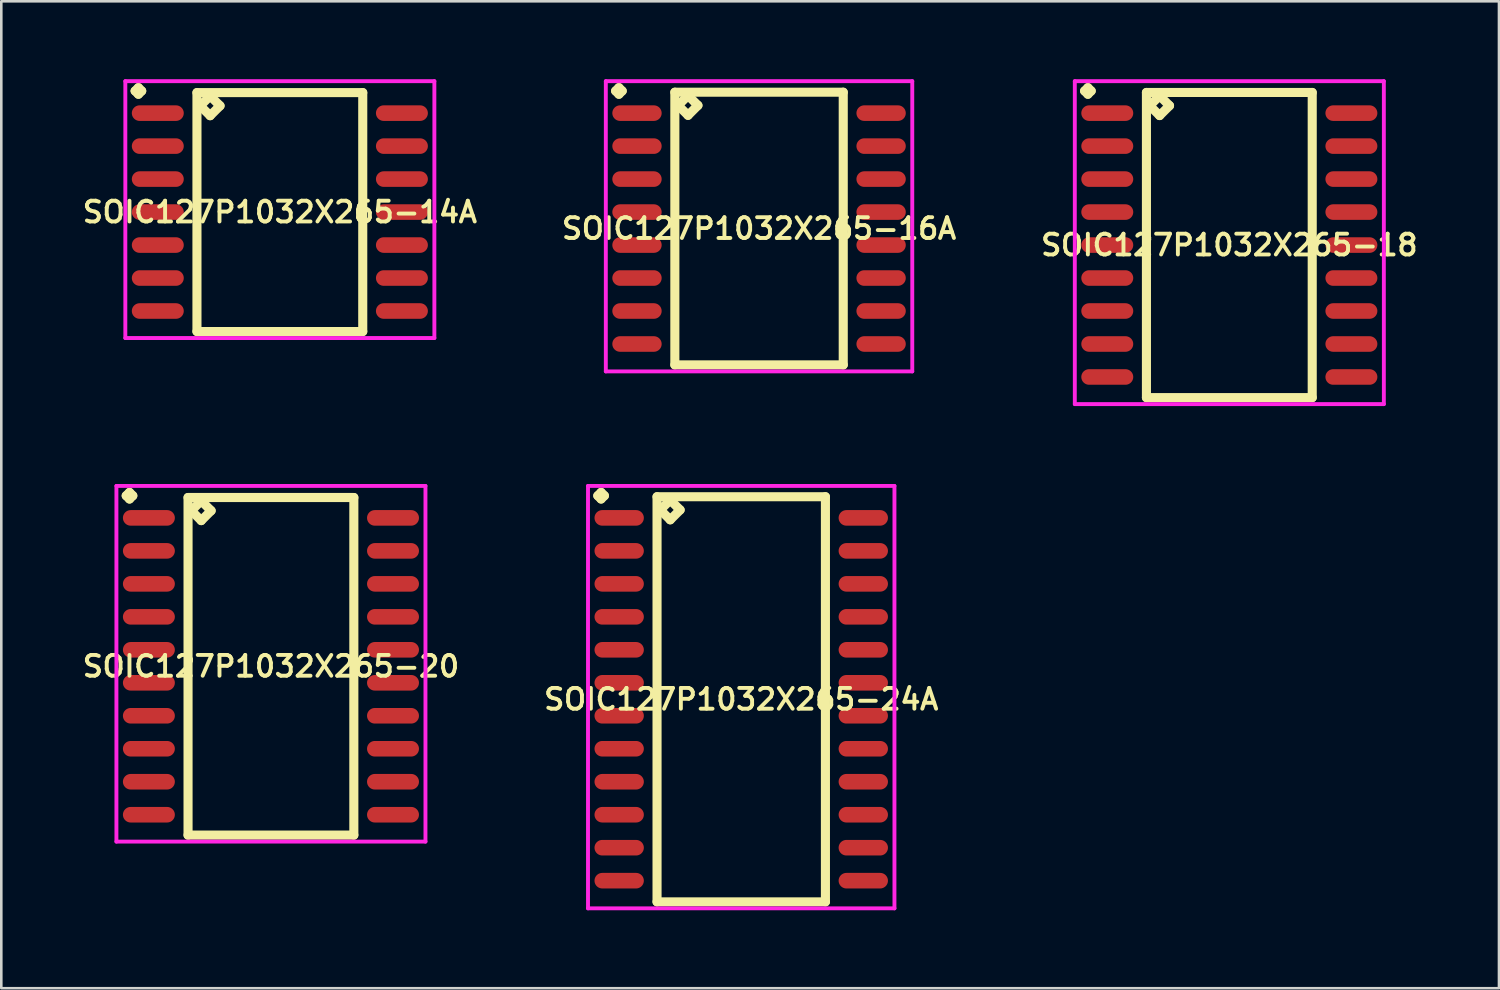
<source format=kicad_pcb>
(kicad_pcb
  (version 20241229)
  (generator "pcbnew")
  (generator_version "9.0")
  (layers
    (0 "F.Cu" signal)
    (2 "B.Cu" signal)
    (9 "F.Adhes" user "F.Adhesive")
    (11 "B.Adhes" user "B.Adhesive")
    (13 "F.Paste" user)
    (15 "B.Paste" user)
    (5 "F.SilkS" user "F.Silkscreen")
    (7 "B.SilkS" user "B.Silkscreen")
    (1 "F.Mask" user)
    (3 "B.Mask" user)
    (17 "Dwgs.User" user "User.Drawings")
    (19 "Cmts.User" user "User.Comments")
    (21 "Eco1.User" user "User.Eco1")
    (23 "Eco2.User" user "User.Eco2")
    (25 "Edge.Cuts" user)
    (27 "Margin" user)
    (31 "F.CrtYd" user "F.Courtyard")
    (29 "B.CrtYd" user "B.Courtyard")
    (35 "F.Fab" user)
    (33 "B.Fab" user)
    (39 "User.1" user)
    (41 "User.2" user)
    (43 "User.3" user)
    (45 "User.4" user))
  (footprint "SOIC127P1032X265-20"
    (layer "F.Cu")
    (at 7.383 22.607)
    (property "Reference" "SOIC127P1032X265-20" (at 0 0 0) (layer "F.SilkS") (effects (font (size 0.8 0.8) (thickness 0.15))))
    (attr smd)
    (fp_line (start -5.573 -6.569) (end -5.446 -6.696) (stroke (width 0.35) (type solid)) (layer "F.SilkS"))
    (fp_line (start -5.446 -6.696) (end -5.319 -6.569) (stroke (width 0.35) (type solid)) (layer "F.SilkS"))
    (fp_line (start -5.446 -6.442) (end -5.573 -6.569) (stroke (width 0.35) (type solid)) (layer "F.SilkS"))
    (fp_line (start -5.319 -6.569) (end -5.446 -6.442) (stroke (width 0.35) (type solid)) (layer "F.SilkS"))
    (fp_line (start -3.192 -6.5) (end -3.192 6.5) (stroke (width 0.35) (type solid)) (layer "F.SilkS"))
    (fp_line (start -3.192 6.5) (end 3.192 6.5) (stroke (width 0.35) (type solid)) (layer "F.SilkS"))
    (fp_line (start -3.065 -5.992) (end -2.684 -6.373) (stroke (width 0.35) (type solid)) (layer "F.SilkS"))
    (fp_line (start -2.684 -6.373) (end -2.303 -5.992) (stroke (width 0.35) (type solid)) (layer "F.SilkS"))
    (fp_line (start -2.684 -5.611) (end -3.065 -5.992) (stroke (width 0.35) (type solid)) (layer "F.SilkS"))
    (fp_line (start -2.303 -5.992) (end -2.684 -5.611) (stroke (width 0.35) (type solid)) (layer "F.SilkS"))
    (fp_line (start 3.192 -6.5) (end -3.192 -6.5) (stroke (width 0.35) (type solid)) (layer "F.SilkS"))
    (fp_line (start 3.192 6.5) (end 3.192 -6.5) (stroke (width 0.35) (type solid)) (layer "F.SilkS"))
    (fp_line (start -5.95 -6.946) (end 5.95 -6.946) (stroke (width 0.15) (type solid)) (layer "F.CrtYd"))
    (fp_line (start -5.95 6.75) (end -5.95 -6.946) (stroke (width 0.15) (type solid)) (layer "F.CrtYd"))
    (fp_line (start 5.95 -6.946) (end 5.95 6.75) (stroke (width 0.15) (type solid)) (layer "F.CrtYd"))
    (fp_line (start 5.95 6.75) (end -5.95 6.75) (stroke (width 0.15) (type solid)) (layer "F.CrtYd"))
    (pad "1" smd oval (at -4.7 -5.715) (size 2 0.6) (layers "F.Cu" "F.Mask" "F.Paste"))
    (pad "2" smd oval (at -4.7 -4.445) (size 2 0.6) (layers "F.Cu" "F.Mask" "F.Paste"))
    (pad "3" smd oval (at -4.7 -3.175) (size 2 0.6) (layers "F.Cu" "F.Mask" "F.Paste"))
    (pad "4" smd oval (at -4.7 -1.905) (size 2 0.6) (layers "F.Cu" "F.Mask" "F.Paste"))
    (pad "5" smd oval (at -4.7 -0.635) (size 2 0.6) (layers "F.Cu" "F.Mask" "F.Paste"))
    (pad "6" smd oval (at -4.7 0.635) (size 2 0.6) (layers "F.Cu" "F.Mask" "F.Paste"))
    (pad "7" smd oval (at -4.7 1.905) (size 2 0.6) (layers "F.Cu" "F.Mask" "F.Paste"))
    (pad "8" smd oval (at -4.7 3.175) (size 2 0.6) (layers "F.Cu" "F.Mask" "F.Paste"))
    (pad "9" smd oval (at -4.7 4.445) (size 2 0.6) (layers "F.Cu" "F.Mask" "F.Paste"))
    (pad "10" smd oval (at -4.7 5.715) (size 2 0.6) (layers "F.Cu" "F.Mask" "F.Paste"))
    (pad "11" smd oval (at 4.7 5.715) (size 2 0.6) (layers "F.Cu" "F.Mask" "F.Paste"))
    (pad "12" smd oval (at 4.7 4.445) (size 2 0.6) (layers "F.Cu" "F.Mask" "F.Paste"))
    (pad "13" smd oval (at 4.7 3.175) (size 2 0.6) (layers "F.Cu" "F.Mask" "F.Paste"))
    (pad "14" smd oval (at 4.7 1.905) (size 2 0.6) (layers "F.Cu" "F.Mask" "F.Paste"))
    (pad "15" smd oval (at 4.7 0.635) (size 2 0.6) (layers "F.Cu" "F.Mask" "F.Paste"))
    (pad "16" smd oval (at 4.7 -0.635) (size 2 0.6) (layers "F.Cu" "F.Mask" "F.Paste"))
    (pad "17" smd oval (at 4.7 -1.905) (size 2 0.6) (layers "F.Cu" "F.Mask" "F.Paste"))
    (pad "18" smd oval (at 4.7 -3.175) (size 2 0.6) (layers "F.Cu" "F.Mask" "F.Paste"))
    (pad "19" smd oval (at 4.7 -4.445) (size 2 0.6) (layers "F.Cu" "F.Mask" "F.Paste"))
    (pad "20" smd oval (at 4.7 -5.715) (size 2 0.6) (layers "F.Cu" "F.Mask" "F.Paste")))
  (footprint "SOIC127P1032X265-14A"
    (layer "F.Cu")
    (at 7.726 5.116)
    (property "Reference" "SOIC127P1032X265-14A" (at 0 0 0) (layer "F.SilkS") (effects (font (size 0.8 0.8) (thickness 0.15))))
    (attr through_hole)
    (fp_line (start -5.573 -4.664) (end -5.446 -4.791) (stroke (width 0.35) (type solid)) (layer "F.SilkS"))
    (fp_line (start -5.446 -4.791) (end -5.319 -4.664) (stroke (width 0.35) (type solid)) (layer "F.SilkS"))
    (fp_line (start -5.446 -4.537) (end -5.573 -4.664) (stroke (width 0.35) (type solid)) (layer "F.SilkS"))
    (fp_line (start -5.319 -4.664) (end -5.446 -4.537) (stroke (width 0.35) (type solid)) (layer "F.SilkS"))
    (fp_line (start -3.192 -4.6) (end -3.192 4.6) (stroke (width 0.35) (type solid)) (layer "F.SilkS"))
    (fp_line (start -3.192 4.6) (end 3.192 4.6) (stroke (width 0.35) (type solid)) (layer "F.SilkS"))
    (fp_line (start -3.065 -4.092) (end -2.684 -4.473) (stroke (width 0.35) (type solid)) (layer "F.SilkS"))
    (fp_line (start -2.684 -4.473) (end -2.303 -4.092) (stroke (width 0.35) (type solid)) (layer "F.SilkS"))
    (fp_line (start -2.684 -3.711) (end -3.065 -4.092) (stroke (width 0.35) (type solid)) (layer "F.SilkS"))
    (fp_line (start -2.303 -4.092) (end -2.684 -3.711) (stroke (width 0.35) (type solid)) (layer "F.SilkS"))
    (fp_line (start 3.192 -4.6) (end -3.192 -4.6) (stroke (width 0.35) (type solid)) (layer "F.SilkS"))
    (fp_line (start 3.192 4.6) (end 3.192 -4.6) (stroke (width 0.35) (type solid)) (layer "F.SilkS"))
    (fp_line (start -5.95 -5.041) (end 5.95 -5.041) (stroke (width 0.15) (type solid)) (layer "F.CrtYd"))
    (fp_line (start -5.95 4.85) (end -5.95 -5.041) (stroke (width 0.15) (type solid)) (layer "F.CrtYd"))
    (fp_line (start 5.95 -5.041) (end 5.95 4.85) (stroke (width 0.15) (type solid)) (layer "F.CrtYd"))
    (fp_line (start 5.95 4.85) (end -5.95 4.85) (stroke (width 0.15) (type solid)) (layer "F.CrtYd"))
    (pad "1" smd oval (at -4.7 -3.81) (size 2 0.6) (layers "F.Cu" "F.Mask" "F.Paste"))
    (pad "2" smd oval (at -4.7 -2.54) (size 2 0.6) (layers "F.Cu" "F.Mask" "F.Paste"))
    (pad "3" smd oval (at -4.7 -1.27) (size 2 0.6) (layers "F.Cu" "F.Mask" "F.Paste"))
    (pad "4" smd oval (at -4.7 0) (size 2 0.6) (layers "F.Cu" "F.Mask" "F.Paste"))
    (pad "5" smd oval (at -4.7 1.27) (size 2 0.6) (layers "F.Cu" "F.Mask" "F.Paste"))
    (pad "6" smd oval (at -4.7 2.54) (size 2 0.6) (layers "F.Cu" "F.Mask" "F.Paste"))
    (pad "7" smd oval (at -4.7 3.81) (size 2 0.6) (layers "F.Cu" "F.Mask" "F.Paste"))
    (pad "8" smd oval (at 4.7 3.81) (size 2 0.6) (layers "F.Cu" "F.Mask" "F.Paste"))
    (pad "9" smd oval (at 4.7 2.54) (size 2 0.6) (layers "F.Cu" "F.Mask" "F.Paste"))
    (pad "10" smd oval (at 4.7 1.27) (size 2 0.6) (layers "F.Cu" "F.Mask" "F.Paste"))
    (pad "11" smd oval (at 4.7 0) (size 2 0.6) (layers "F.Cu" "F.Mask" "F.Paste"))
    (pad "12" smd oval (at 4.7 -1.27) (size 2 0.6) (layers "F.Cu" "F.Mask" "F.Paste"))
    (pad "13" smd oval (at 4.7 -2.54) (size 2 0.6) (layers "F.Cu" "F.Mask" "F.Paste"))
    (pad "14" smd oval (at 4.7 -3.81) (size 2 0.6) (layers "F.Cu" "F.Mask" "F.Paste")))
  (footprint "SOIC127P1032X265-24A"
    (layer "F.Cu")
    (at 25.492 23.877)
    (property "Reference" "SOIC127P1032X265-24A" (at 0 0 0) (layer "F.SilkS") (effects (font (size 0.8 0.8) (thickness 0.15))))
    (attr through_hole)
    (fp_line (start -5.523 -7.839) (end -5.396 -7.966) (stroke (width 0.35) (type solid)) (layer "F.SilkS"))
    (fp_line (start -5.396 -7.966) (end -5.269 -7.839) (stroke (width 0.35) (type solid)) (layer "F.SilkS"))
    (fp_line (start -5.396 -7.712) (end -5.523 -7.839) (stroke (width 0.35) (type solid)) (layer "F.SilkS"))
    (fp_line (start -5.269 -7.839) (end -5.396 -7.712) (stroke (width 0.35) (type solid)) (layer "F.SilkS"))
    (fp_line (start -3.242 -7.8) (end -3.242 7.8) (stroke (width 0.35) (type solid)) (layer "F.SilkS"))
    (fp_line (start -3.242 7.8) (end 3.242 7.8) (stroke (width 0.35) (type solid)) (layer "F.SilkS"))
    (fp_line (start -3.115 -7.292) (end -2.734 -7.673) (stroke (width 0.35) (type solid)) (layer "F.SilkS"))
    (fp_line (start -2.734 -7.673) (end -2.353 -7.292) (stroke (width 0.35) (type solid)) (layer "F.SilkS"))
    (fp_line (start -2.734 -6.911) (end -3.115 -7.292) (stroke (width 0.35) (type solid)) (layer "F.SilkS"))
    (fp_line (start -2.353 -7.292) (end -2.734 -6.911) (stroke (width 0.35) (type solid)) (layer "F.SilkS"))
    (fp_line (start 3.242 -7.8) (end -3.242 -7.8) (stroke (width 0.35) (type solid)) (layer "F.SilkS"))
    (fp_line (start 3.242 7.8) (end 3.242 -7.8) (stroke (width 0.35) (type solid)) (layer "F.SilkS"))
    (fp_line (start -5.9 -8.216) (end 5.9 -8.216) (stroke (width 0.15) (type solid)) (layer "F.CrtYd"))
    (fp_line (start -5.9 8.05) (end -5.9 -8.216) (stroke (width 0.15) (type solid)) (layer "F.CrtYd"))
    (fp_line (start 5.9 -8.216) (end 5.9 8.05) (stroke (width 0.15) (type solid)) (layer "F.CrtYd"))
    (fp_line (start 5.9 8.05) (end -5.9 8.05) (stroke (width 0.15) (type solid)) (layer "F.CrtYd"))
    (pad "1" smd oval (at -4.7 -6.985) (size 1.9 0.6) (layers "F.Cu" "F.Mask" "F.Paste"))
    (pad "2" smd oval (at -4.7 -5.715) (size 1.9 0.6) (layers "F.Cu" "F.Mask" "F.Paste"))
    (pad "3" smd oval (at -4.7 -4.445) (size 1.9 0.6) (layers "F.Cu" "F.Mask" "F.Paste"))
    (pad "4" smd oval (at -4.7 -3.175) (size 1.9 0.6) (layers "F.Cu" "F.Mask" "F.Paste"))
    (pad "5" smd oval (at -4.7 -1.905) (size 1.9 0.6) (layers "F.Cu" "F.Mask" "F.Paste"))
    (pad "6" smd oval (at -4.7 -0.635) (size 1.9 0.6) (layers "F.Cu" "F.Mask" "F.Paste"))
    (pad "7" smd oval (at -4.7 0.635) (size 1.9 0.6) (layers "F.Cu" "F.Mask" "F.Paste"))
    (pad "8" smd oval (at -4.7 1.905) (size 1.9 0.6) (layers "F.Cu" "F.Mask" "F.Paste"))
    (pad "9" smd oval (at -4.7 3.175) (size 1.9 0.6) (layers "F.Cu" "F.Mask" "F.Paste"))
    (pad "10" smd oval (at -4.7 4.445) (size 1.9 0.6) (layers "F.Cu" "F.Mask" "F.Paste"))
    (pad "11" smd oval (at -4.7 5.715) (size 1.9 0.6) (layers "F.Cu" "F.Mask" "F.Paste"))
    (pad "12" smd oval (at -4.7 6.985) (size 1.9 0.6) (layers "F.Cu" "F.Mask" "F.Paste"))
    (pad "13" smd oval (at 4.7 6.985) (size 1.9 0.6) (layers "F.Cu" "F.Mask" "F.Paste"))
    (pad "14" smd oval (at 4.7 5.715) (size 1.9 0.6) (layers "F.Cu" "F.Mask" "F.Paste"))
    (pad "15" smd oval (at 4.7 4.445) (size 1.9 0.6) (layers "F.Cu" "F.Mask" "F.Paste"))
    (pad "16" smd oval (at 4.7 3.175) (size 1.9 0.6) (layers "F.Cu" "F.Mask" "F.Paste"))
    (pad "17" smd oval (at 4.7 1.905) (size 1.9 0.6) (layers "F.Cu" "F.Mask" "F.Paste"))
    (pad "18" smd oval (at 4.7 0.635) (size 1.9 0.6) (layers "F.Cu" "F.Mask" "F.Paste"))
    (pad "19" smd oval (at 4.7 -0.635) (size 1.9 0.6) (layers "F.Cu" "F.Mask" "F.Paste"))
    (pad "20" smd oval (at 4.7 -1.905) (size 1.9 0.6) (layers "F.Cu" "F.Mask" "F.Paste"))
    (pad "21" smd oval (at 4.7 -3.175) (size 1.9 0.6) (layers "F.Cu" "F.Mask" "F.Paste"))
    (pad "22" smd oval (at 4.7 -4.445) (size 1.9 0.6) (layers "F.Cu" "F.Mask" "F.Paste"))
    (pad "23" smd oval (at 4.7 -5.715) (size 1.9 0.6) (layers "F.Cu" "F.Mask" "F.Paste"))
    (pad "24" smd oval (at 4.7 -6.985) (size 1.9 0.6) (layers "F.Cu" "F.Mask" "F.Paste")))
  (footprint "SOIC127P1032X265-16A"
    (layer "F.Cu")
    (at 26.178 5.751)
    (property "Reference" "SOIC127P1032X265-16A" (at 0 0 0) (layer "F.SilkS") (effects (font (size 0.8 0.8) (thickness 0.15))))
    (attr smd)
    (fp_line (start -5.523 -5.299) (end -5.396 -5.426) (stroke (width 0.35) (type solid)) (layer "F.SilkS"))
    (fp_line (start -5.396 -5.426) (end -5.269 -5.299) (stroke (width 0.35) (type solid)) (layer "F.SilkS"))
    (fp_line (start -5.396 -5.172) (end -5.523 -5.299) (stroke (width 0.35) (type solid)) (layer "F.SilkS"))
    (fp_line (start -5.269 -5.299) (end -5.396 -5.172) (stroke (width 0.35) (type solid)) (layer "F.SilkS"))
    (fp_line (start -3.242 -5.25) (end -3.242 5.25) (stroke (width 0.35) (type solid)) (layer "F.SilkS"))
    (fp_line (start -3.242 5.25) (end 3.242 5.25) (stroke (width 0.35) (type solid)) (layer "F.SilkS"))
    (fp_line (start -3.115 -4.742) (end -2.734 -5.123) (stroke (width 0.35) (type solid)) (layer "F.SilkS"))
    (fp_line (start -2.734 -5.123) (end -2.353 -4.742) (stroke (width 0.35) (type solid)) (layer "F.SilkS"))
    (fp_line (start -2.734 -4.361) (end -3.115 -4.742) (stroke (width 0.35) (type solid)) (layer "F.SilkS"))
    (fp_line (start -2.353 -4.742) (end -2.734 -4.361) (stroke (width 0.35) (type solid)) (layer "F.SilkS"))
    (fp_line (start 3.242 -5.25) (end -3.242 -5.25) (stroke (width 0.35) (type solid)) (layer "F.SilkS"))
    (fp_line (start 3.242 5.25) (end 3.242 -5.25) (stroke (width 0.35) (type solid)) (layer "F.SilkS"))
    (fp_line (start -5.9 -5.676) (end 5.9 -5.676) (stroke (width 0.15) (type solid)) (layer "F.CrtYd"))
    (fp_line (start -5.9 5.5) (end -5.9 -5.676) (stroke (width 0.15) (type solid)) (layer "F.CrtYd"))
    (fp_line (start 5.9 -5.676) (end 5.9 5.5) (stroke (width 0.15) (type solid)) (layer "F.CrtYd"))
    (fp_line (start 5.9 5.5) (end -5.9 5.5) (stroke (width 0.15) (type solid)) (layer "F.CrtYd"))
    (pad "1" smd oval (at -4.7 -4.445) (size 1.9 0.6) (layers "F.Cu" "F.Mask" "F.Paste"))
    (pad "2" smd oval (at -4.7 -3.175) (size 1.9 0.6) (layers "F.Cu" "F.Mask" "F.Paste"))
    (pad "3" smd oval (at -4.7 -1.905) (size 1.9 0.6) (layers "F.Cu" "F.Mask" "F.Paste"))
    (pad "4" smd oval (at -4.7 -0.635) (size 1.9 0.6) (layers "F.Cu" "F.Mask" "F.Paste"))
    (pad "5" smd oval (at -4.7 0.635) (size 1.9 0.6) (layers "F.Cu" "F.Mask" "F.Paste"))
    (pad "6" smd oval (at -4.7 1.905) (size 1.9 0.6) (layers "F.Cu" "F.Mask" "F.Paste"))
    (pad "7" smd oval (at -4.7 3.175) (size 1.9 0.6) (layers "F.Cu" "F.Mask" "F.Paste"))
    (pad "8" smd oval (at -4.7 4.445) (size 1.9 0.6) (layers "F.Cu" "F.Mask" "F.Paste"))
    (pad "9" smd oval (at 4.7 4.445) (size 1.9 0.6) (layers "F.Cu" "F.Mask" "F.Paste"))
    (pad "10" smd oval (at 4.7 3.175) (size 1.9 0.6) (layers "F.Cu" "F.Mask" "F.Paste"))
    (pad "11" smd oval (at 4.7 1.905) (size 1.9 0.6) (layers "F.Cu" "F.Mask" "F.Paste"))
    (pad "12" smd oval (at 4.7 0.635) (size 1.9 0.6) (layers "F.Cu" "F.Mask" "F.Paste"))
    (pad "13" smd oval (at 4.7 -0.635) (size 1.9 0.6) (layers "F.Cu" "F.Mask" "F.Paste"))
    (pad "14" smd oval (at 4.7 -1.905) (size 1.9 0.6) (layers "F.Cu" "F.Mask" "F.Paste"))
    (pad "15" smd oval (at 4.7 -3.175) (size 1.9 0.6) (layers "F.Cu" "F.Mask" "F.Paste"))
    (pad "16" smd oval (at 4.7 -4.445) (size 1.9 0.6) (layers "F.Cu" "F.Mask" "F.Paste")))
  (footprint "SOIC127P1032X265-18"
    (layer "F.Cu")
    (at 44.287 6.386)
    (property "Reference" "SOIC127P1032X265-18" (at 0 0 0) (layer "F.SilkS") (effects (font (size 0.8 0.8) (thickness 0.15))))
    (attr through_hole)
    (fp_line (start -5.573 -5.934) (end -5.446 -6.061) (stroke (width 0.35) (type solid)) (layer "F.SilkS"))
    (fp_line (start -5.446 -6.061) (end -5.319 -5.934) (stroke (width 0.35) (type solid)) (layer "F.SilkS"))
    (fp_line (start -5.446 -5.807) (end -5.573 -5.934) (stroke (width 0.35) (type solid)) (layer "F.SilkS"))
    (fp_line (start -5.319 -5.934) (end -5.446 -5.807) (stroke (width 0.35) (type solid)) (layer "F.SilkS"))
    (fp_line (start -3.192 -5.875) (end -3.192 5.875) (stroke (width 0.35) (type solid)) (layer "F.SilkS"))
    (fp_line (start -3.192 5.875) (end 3.192 5.875) (stroke (width 0.35) (type solid)) (layer "F.SilkS"))
    (fp_line (start -3.065 -5.367) (end -2.684 -5.748) (stroke (width 0.35) (type solid)) (layer "F.SilkS"))
    (fp_line (start -2.684 -5.748) (end -2.303 -5.367) (stroke (width 0.35) (type solid)) (layer "F.SilkS"))
    (fp_line (start -2.684 -4.986) (end -3.065 -5.367) (stroke (width 0.35) (type solid)) (layer "F.SilkS"))
    (fp_line (start -2.303 -5.367) (end -2.684 -4.986) (stroke (width 0.35) (type solid)) (layer "F.SilkS"))
    (fp_line (start 3.192 -5.875) (end -3.192 -5.875) (stroke (width 0.35) (type solid)) (layer "F.SilkS"))
    (fp_line (start 3.192 5.875) (end 3.192 -5.875) (stroke (width 0.35) (type solid)) (layer "F.SilkS"))
    (fp_line (start -5.95 -6.311) (end 5.95 -6.311) (stroke (width 0.15) (type solid)) (layer "F.CrtYd"))
    (fp_line (start -5.95 6.125) (end -5.95 -6.311) (stroke (width 0.15) (type solid)) (layer "F.CrtYd"))
    (fp_line (start 5.95 -6.311) (end 5.95 6.125) (stroke (width 0.15) (type solid)) (layer "F.CrtYd"))
    (fp_line (start 5.95 6.125) (end -5.95 6.125) (stroke (width 0.15) (type solid)) (layer "F.CrtYd"))
    (pad "1" smd oval (at -4.7 -5.08) (size 2 0.6) (layers "F.Cu" "F.Mask" "F.Paste"))
    (pad "2" smd oval (at -4.7 -3.81) (size 2 0.6) (layers "F.Cu" "F.Mask" "F.Paste"))
    (pad "3" smd oval (at -4.7 -2.54) (size 2 0.6) (layers "F.Cu" "F.Mask" "F.Paste"))
    (pad "4" smd oval (at -4.7 -1.27) (size 2 0.6) (layers "F.Cu" "F.Mask" "F.Paste"))
    (pad "5" smd oval (at -4.7 0) (size 2 0.6) (layers "F.Cu" "F.Mask" "F.Paste"))
    (pad "6" smd oval (at -4.7 1.27) (size 2 0.6) (layers "F.Cu" "F.Mask" "F.Paste"))
    (pad "7" smd oval (at -4.7 2.54) (size 2 0.6) (layers "F.Cu" "F.Mask" "F.Paste"))
    (pad "8" smd oval (at -4.7 3.81) (size 2 0.6) (layers "F.Cu" "F.Mask" "F.Paste"))
    (pad "9" smd oval (at -4.7 5.08) (size 2 0.6) (layers "F.Cu" "F.Mask" "F.Paste"))
    (pad "10" smd oval (at 4.7 5.08) (size 2 0.6) (layers "F.Cu" "F.Mask" "F.Paste"))
    (pad "11" smd oval (at 4.7 3.81) (size 2 0.6) (layers "F.Cu" "F.Mask" "F.Paste"))
    (pad "12" smd oval (at 4.7 2.54) (size 2 0.6) (layers "F.Cu" "F.Mask" "F.Paste"))
    (pad "13" smd oval (at 4.7 1.27) (size 2 0.6) (layers "F.Cu" "F.Mask" "F.Paste"))
    (pad "14" smd oval (at 4.7 0) (size 2 0.6) (layers "F.Cu" "F.Mask" "F.Paste"))
    (pad "15" smd oval (at 4.7 -1.27) (size 2 0.6) (layers "F.Cu" "F.Mask" "F.Paste"))
    (pad "16" smd oval (at 4.7 -2.54) (size 2 0.6) (layers "F.Cu" "F.Mask" "F.Paste"))
    (pad "17" smd oval (at 4.7 -3.81) (size 2 0.6) (layers "F.Cu" "F.Mask" "F.Paste"))
    (pad "18" smd oval (at 4.7 -5.08) (size 2 0.6) (layers "F.Cu" "F.Mask" "F.Paste")))
  (gr_rect
    (start -3 -3)
    (end 54.67 35.002)
    (stroke (width 0.1) (type default))
    (fill no)
    (layer "Edge.Cuts")))
</source>
